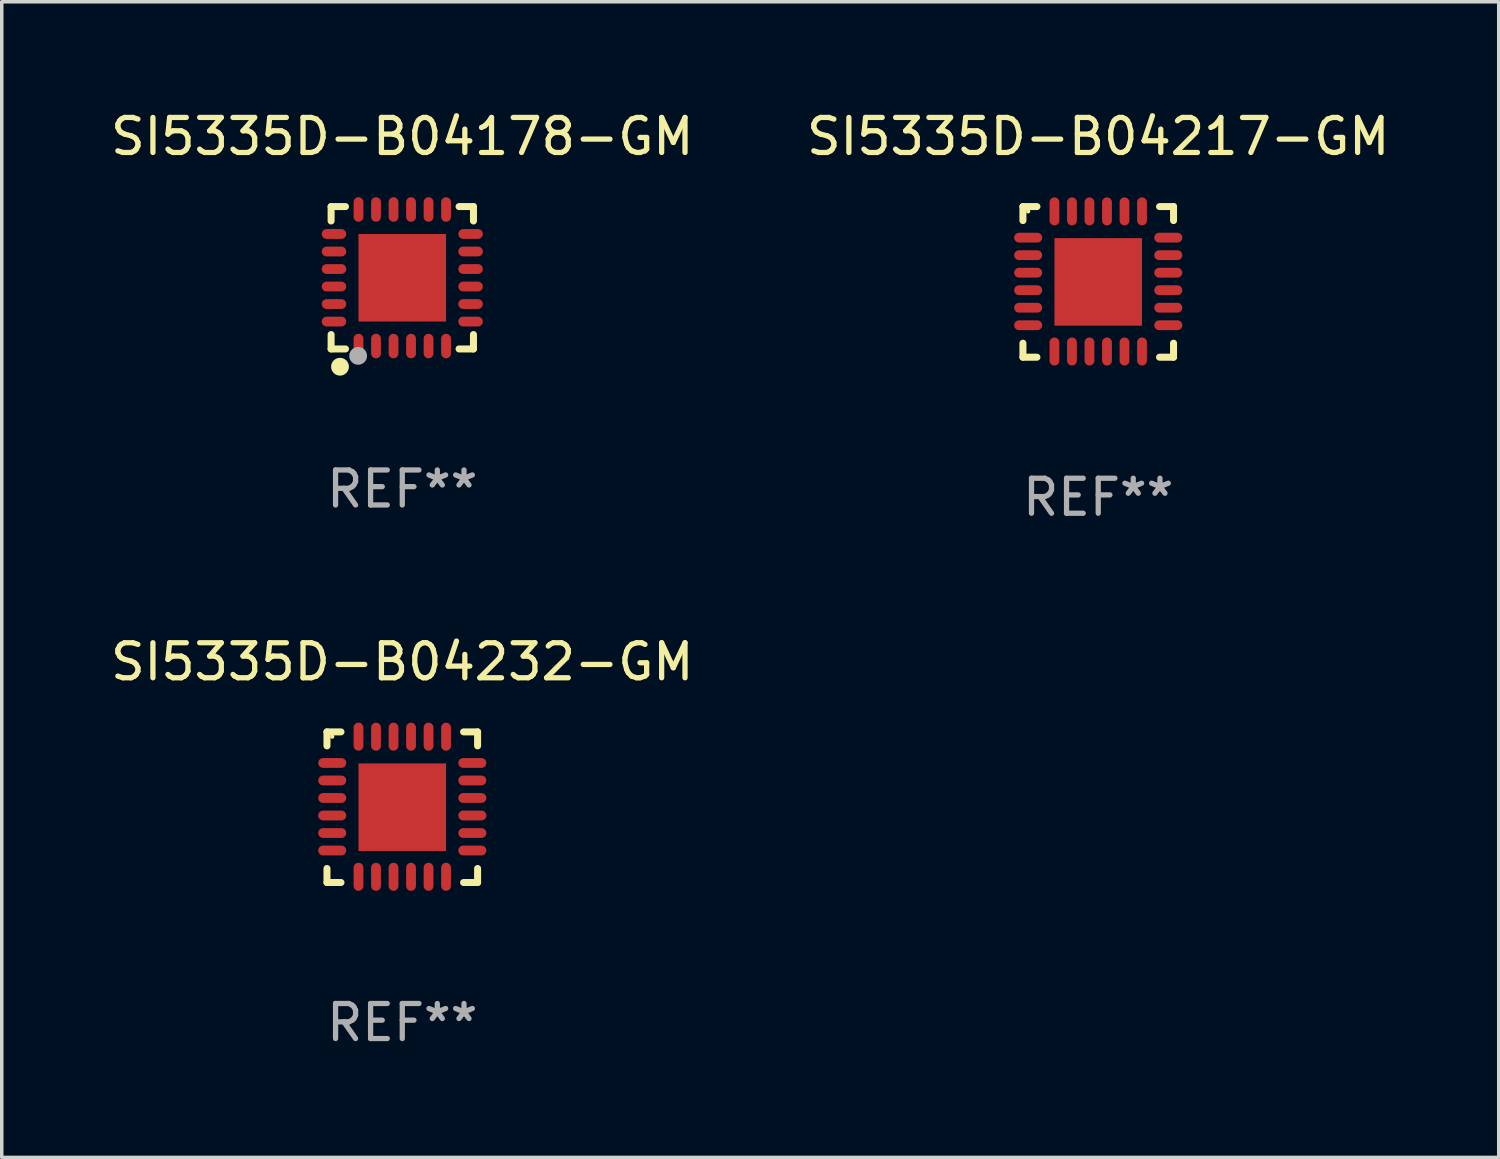
<source format=kicad_pcb>
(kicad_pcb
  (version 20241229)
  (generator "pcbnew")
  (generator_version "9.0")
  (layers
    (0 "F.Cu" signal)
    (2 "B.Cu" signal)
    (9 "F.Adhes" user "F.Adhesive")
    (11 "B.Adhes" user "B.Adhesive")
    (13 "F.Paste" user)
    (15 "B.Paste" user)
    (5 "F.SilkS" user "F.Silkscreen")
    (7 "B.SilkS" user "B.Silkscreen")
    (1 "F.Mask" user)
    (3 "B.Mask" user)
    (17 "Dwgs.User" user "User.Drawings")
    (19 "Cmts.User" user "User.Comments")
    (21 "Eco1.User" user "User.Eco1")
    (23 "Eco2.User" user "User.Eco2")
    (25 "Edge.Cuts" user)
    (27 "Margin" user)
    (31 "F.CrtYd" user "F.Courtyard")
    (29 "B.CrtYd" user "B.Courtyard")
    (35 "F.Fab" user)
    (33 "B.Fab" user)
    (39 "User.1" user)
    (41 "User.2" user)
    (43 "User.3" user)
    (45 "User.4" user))
  (footprint "SI5335D-B04217-GM"
    (layer "F.Cu")
    (at 28.304 4.998)
    (property "Reference" "SI5335D-B04217-GM" (at 0 -4.15 0) (layer "F.SilkS") (effects (font (size 1 1) (thickness 0.15))))
    (attr through_hole)
    (fp_line (start -2.15 -2.15) (end -1.75 -2.15) (stroke (width 0.2) (type solid)) (layer "F.SilkS"))
    (fp_line (start -2.15 -1.75) (end -2.15 -2.15) (stroke (width 0.2) (type solid)) (layer "F.SilkS"))
    (fp_line (start -2.15 2.15) (end -2.15 1.75) (stroke (width 0.2) (type solid)) (layer "F.SilkS"))
    (fp_line (start -1.75 2.15) (end -2.15 2.15) (stroke (width 0.2) (type solid)) (layer "F.SilkS"))
    (fp_line (start 1.75 -2.15) (end 2.15 -2.15) (stroke (width 0.2) (type solid)) (layer "F.SilkS"))
    (fp_line (start 1.75 2.15) (end 2.15 2.15) (stroke (width 0.2) (type solid)) (layer "F.SilkS"))
    (fp_line (start 2.15 -2.15) (end 2.15 -1.75) (stroke (width 0.2) (type solid)) (layer "F.SilkS"))
    (fp_line (start 2.15 2.15) (end 2.15 1.75) (stroke (width 0.2) (type solid)) (layer "F.SilkS"))
    (fp_circle (center -2 -2.013) (end -1.97 -2.013) (stroke (width 0.06) (type solid)) (fill no) (layer "F.SilkS"))
    (fp_text user "REF**" (at 0 6.15 0) (layer "F.Fab") (effects (font (size 1 1) (thickness 0.15))))
    (pad "1" smd oval (at -2 -1.263) (size 0.8 0.28) (layers "F.Cu" "F.Mask" "F.Paste"))
    (pad "2" smd oval (at -2 -0.763) (size 0.8 0.28) (layers "F.Cu" "F.Mask" "F.Paste"))
    (pad "3" smd oval (at -2 -0.263) (size 0.8 0.28) (layers "F.Cu" "F.Mask" "F.Paste"))
    (pad "4" smd oval (at -2 0.237) (size 0.8 0.28) (layers "F.Cu" "F.Mask" "F.Paste"))
    (pad "5" smd oval (at -2 0.737) (size 0.8 0.28) (layers "F.Cu" "F.Mask" "F.Paste"))
    (pad "6" smd oval (at -2 1.237) (size 0.8 0.28) (layers "F.Cu" "F.Mask" "F.Paste"))
    (pad "7" smd oval (at -1.25 1.987) (size 0.28 0.8) (layers "F.Cu" "F.Mask" "F.Paste"))
    (pad "8" smd oval (at -0.75 1.987) (size 0.28 0.8) (layers "F.Cu" "F.Mask" "F.Paste"))
    (pad "9" smd oval (at -0.25 1.987) (size 0.28 0.8) (layers "F.Cu" "F.Mask" "F.Paste"))
    (pad "10" smd oval (at 0.25 1.987) (size 0.28 0.8) (layers "F.Cu" "F.Mask" "F.Paste"))
    (pad "11" smd oval (at 0.75 1.987) (size 0.28 0.8) (layers "F.Cu" "F.Mask" "F.Paste"))
    (pad "12" smd oval (at 1.25 1.987) (size 0.28 0.8) (layers "F.Cu" "F.Mask" "F.Paste"))
    (pad "13" smd oval (at 2 1.237) (size 0.8 0.28) (layers "F.Cu" "F.Mask" "F.Paste"))
    (pad "14" smd oval (at 2 0.737) (size 0.8 0.28) (layers "F.Cu" "F.Mask" "F.Paste"))
    (pad "15" smd oval (at 2 0.237) (size 0.8 0.28) (layers "F.Cu" "F.Mask" "F.Paste"))
    (pad "16" smd oval (at 2 -0.263) (size 0.8 0.28) (layers "F.Cu" "F.Mask" "F.Paste"))
    (pad "17" smd oval (at 2 -0.763) (size 0.8 0.28) (layers "F.Cu" "F.Mask" "F.Paste"))
    (pad "18" smd oval (at 2 -1.263) (size 0.8 0.28) (layers "F.Cu" "F.Mask" "F.Paste"))
    (pad "19" smd oval (at 1.25 -2.013) (size 0.28 0.8) (layers "F.Cu" "F.Mask" "F.Paste"))
    (pad "20" smd oval (at 0.75 -2.013) (size 0.28 0.8) (layers "F.Cu" "F.Mask" "F.Paste"))
    (pad "21" smd oval (at 0.25 -2.013) (size 0.28 0.8) (layers "F.Cu" "F.Mask" "F.Paste"))
    (pad "22" smd oval (at -0.25 -2.013) (size 0.28 0.8) (layers "F.Cu" "F.Mask" "F.Paste"))
    (pad "23" smd oval (at -0.75 -2.013) (size 0.28 0.8) (layers "F.Cu" "F.Mask" "F.Paste"))
    (pad "24" smd oval (at -1.25 -2.013) (size 0.28 0.8) (layers "F.Cu" "F.Mask" "F.Paste"))
    (pad "25" smd rect (at -0.000102 -0.00014) (size 2.5 2.5) (layers "F.Cu" "F.Mask" "F.Paste")))
  (footprint "SI5335D-B04178-GM"
    (layer "F.Cu")
    (at 8.435 4.88)
    (property "Reference" "SI5335D-B04178-GM" (at 0 -4.032 0) (layer "F.SilkS") (effects (font (size 1 1) (thickness 0.15))))
    (attr through_hole)
    (fp_line (start -2.032 -2.032) (end -1.621 -2.032) (stroke (width 0.2) (type solid)) (layer "F.SilkS"))
    (fp_line (start -2.032 -1.621) (end -2.032 -2.032) (stroke (width 0.2) (type solid)) (layer "F.SilkS"))
    (fp_line (start -2.032 2.032) (end -2.032 1.621) (stroke (width 0.2) (type solid)) (layer "F.SilkS"))
    (fp_line (start -1.621 2.032) (end -2.032 2.032) (stroke (width 0.2) (type solid)) (layer "F.SilkS"))
    (fp_line (start 1.621 -2.032) (end 2.032 -2.032) (stroke (width 0.2) (type solid)) (layer "F.SilkS"))
    (fp_line (start 2.032 -2.032) (end 2.032 -1.621) (stroke (width 0.2) (type solid)) (layer "F.SilkS"))
    (fp_line (start 2.032 1.621) (end 2.032 2.032) (stroke (width 0.2) (type solid)) (layer "F.SilkS"))
    (fp_line (start 2.032 2.032) (end 1.621 2.032) (stroke (width 0.2) (type solid)) (layer "F.SilkS"))
    (fp_circle (center -2 2) (end -1.97 2) (stroke (width 0.06) (type solid)) (fill no) (layer "F.SilkS"))
    (fp_circle (center -1.778 2.54) (end -1.651 2.54) (stroke (width 0.254) (type solid)) (fill no) (layer "F.SilkS"))
    (fp_circle (center -1.26 2.23) (end -1.133 2.23) (stroke (width 0.254) (type solid)) (fill no) (layer "F.Fab"))
    (fp_text user "REF**" (at 0 6.032 0) (layer "F.Fab") (effects (font (size 1 1) (thickness 0.15))))
    (pad "1" smd oval (at -1.25 1.95 180) (size 0.28 0.7) (layers "F.Cu" "F.Mask" "F.Paste"))
    (pad "2" smd oval (at -0.75 1.95 180) (size 0.28 0.7) (layers "F.Cu" "F.Mask" "F.Paste"))
    (pad "3" smd oval (at -0.25 1.95 180) (size 0.28 0.7) (layers "F.Cu" "F.Mask" "F.Paste"))
    (pad "4" smd oval (at 0.25 1.95 180) (size 0.28 0.7) (layers "F.Cu" "F.Mask" "F.Paste"))
    (pad "5" smd oval (at 0.75 1.95 180) (size 0.28 0.7) (layers "F.Cu" "F.Mask" "F.Paste"))
    (pad "6" smd oval (at 1.25 1.95 180) (size 0.28 0.7) (layers "F.Cu" "F.Mask" "F.Paste"))
    (pad "7" smd oval (at 1.95 1.25 270) (size 0.28 0.7) (layers "F.Cu" "F.Mask" "F.Paste"))
    (pad "8" smd oval (at 1.95 0.75 270) (size 0.28 0.7) (layers "F.Cu" "F.Mask" "F.Paste"))
    (pad "9" smd oval (at 1.95 0.25 270) (size 0.28 0.7) (layers "F.Cu" "F.Mask" "F.Paste"))
    (pad "10" smd oval (at 1.95 -0.25 270) (size 0.28 0.7) (layers "F.Cu" "F.Mask" "F.Paste"))
    (pad "11" smd oval (at 1.95 -0.75 270) (size 0.28 0.7) (layers "F.Cu" "F.Mask" "F.Paste"))
    (pad "12" smd oval (at 1.95 -1.25 270) (size 0.28 0.7) (layers "F.Cu" "F.Mask" "F.Paste"))
    (pad "13" smd oval (at 1.25 -1.95) (size 0.28 0.7) (layers "F.Cu" "F.Mask" "F.Paste"))
    (pad "14" smd oval (at 0.75 -1.95) (size 0.28 0.7) (layers "F.Cu" "F.Mask" "F.Paste"))
    (pad "15" smd oval (at 0.25 -1.95) (size 0.28 0.7) (layers "F.Cu" "F.Mask" "F.Paste"))
    (pad "16" smd oval (at -0.25 -1.95) (size 0.28 0.7) (layers "F.Cu" "F.Mask" "F.Paste"))
    (pad "17" smd oval (at -0.75 -1.95) (size 0.28 0.7) (layers "F.Cu" "F.Mask" "F.Paste"))
    (pad "18" smd oval (at -1.25 -1.95) (size 0.28 0.7) (layers "F.Cu" "F.Mask" "F.Paste"))
    (pad "19" smd oval (at -1.95 -1.25 90) (size 0.28 0.7) (layers "F.Cu" "F.Mask" "F.Paste"))
    (pad "20" smd oval (at -1.95 -0.75 90) (size 0.28 0.7) (layers "F.Cu" "F.Mask" "F.Paste"))
    (pad "21" smd oval (at -1.95 -0.25 90) (size 0.28 0.7) (layers "F.Cu" "F.Mask" "F.Paste"))
    (pad "22" smd oval (at -1.95 0.25 90) (size 0.28 0.7) (layers "F.Cu" "F.Mask" "F.Paste"))
    (pad "23" smd oval (at -1.95 0.75 90) (size 0.28 0.7) (layers "F.Cu" "F.Mask" "F.Paste"))
    (pad "24" smd oval (at -1.95 1.25 90) (size 0.28 0.7) (layers "F.Cu" "F.Mask" "F.Paste"))
    (pad "25" smd rect (at -0.000178 0.000025 90) (size 2.5 2.5) (layers "F.Cu" "F.Mask" "F.Paste")))
  (footprint "SI5335D-B04232-GM"
    (layer "F.Cu")
    (at 8.435 19.995)
    (property "Reference" "SI5335D-B04232-GM" (at 0 -4.15 0) (layer "F.SilkS") (effects (font (size 1 1) (thickness 0.15))))
    (attr through_hole)
    (fp_line (start -2.15 -2.15) (end -1.75 -2.15) (stroke (width 0.2) (type solid)) (layer "F.SilkS"))
    (fp_line (start -2.15 -1.75) (end -2.15 -2.15) (stroke (width 0.2) (type solid)) (layer "F.SilkS"))
    (fp_line (start -2.15 2.15) (end -2.15 1.75) (stroke (width 0.2) (type solid)) (layer "F.SilkS"))
    (fp_line (start -1.75 2.15) (end -2.15 2.15) (stroke (width 0.2) (type solid)) (layer "F.SilkS"))
    (fp_line (start 1.75 -2.15) (end 2.15 -2.15) (stroke (width 0.2) (type solid)) (layer "F.SilkS"))
    (fp_line (start 1.75 2.15) (end 2.15 2.15) (stroke (width 0.2) (type solid)) (layer "F.SilkS"))
    (fp_line (start 2.15 -2.15) (end 2.15 -1.75) (stroke (width 0.2) (type solid)) (layer "F.SilkS"))
    (fp_line (start 2.15 2.15) (end 2.15 1.75) (stroke (width 0.2) (type solid)) (layer "F.SilkS"))
    (fp_circle (center -2 -2.013) (end -1.97 -2.013) (stroke (width 0.06) (type solid)) (fill no) (layer "F.SilkS"))
    (fp_text user "REF**" (at 0 6.15 0) (layer "F.Fab") (effects (font (size 1 1) (thickness 0.15))))
    (pad "1" smd oval (at -2 -1.263) (size 0.8 0.28) (layers "F.Cu" "F.Mask" "F.Paste"))
    (pad "2" smd oval (at -2 -0.763) (size 0.8 0.28) (layers "F.Cu" "F.Mask" "F.Paste"))
    (pad "3" smd oval (at -2 -0.263) (size 0.8 0.28) (layers "F.Cu" "F.Mask" "F.Paste"))
    (pad "4" smd oval (at -2 0.237) (size 0.8 0.28) (layers "F.Cu" "F.Mask" "F.Paste"))
    (pad "5" smd oval (at -2 0.737) (size 0.8 0.28) (layers "F.Cu" "F.Mask" "F.Paste"))
    (pad "6" smd oval (at -2 1.237) (size 0.8 0.28) (layers "F.Cu" "F.Mask" "F.Paste"))
    (pad "7" smd oval (at -1.25 1.987) (size 0.28 0.8) (layers "F.Cu" "F.Mask" "F.Paste"))
    (pad "8" smd oval (at -0.75 1.987) (size 0.28 0.8) (layers "F.Cu" "F.Mask" "F.Paste"))
    (pad "9" smd oval (at -0.25 1.987) (size 0.28 0.8) (layers "F.Cu" "F.Mask" "F.Paste"))
    (pad "10" smd oval (at 0.25 1.987) (size 0.28 0.8) (layers "F.Cu" "F.Mask" "F.Paste"))
    (pad "11" smd oval (at 0.75 1.987) (size 0.28 0.8) (layers "F.Cu" "F.Mask" "F.Paste"))
    (pad "12" smd oval (at 1.25 1.987) (size 0.28 0.8) (layers "F.Cu" "F.Mask" "F.Paste"))
    (pad "13" smd oval (at 2 1.237) (size 0.8 0.28) (layers "F.Cu" "F.Mask" "F.Paste"))
    (pad "14" smd oval (at 2 0.737) (size 0.8 0.28) (layers "F.Cu" "F.Mask" "F.Paste"))
    (pad "15" smd oval (at 2 0.237) (size 0.8 0.28) (layers "F.Cu" "F.Mask" "F.Paste"))
    (pad "16" smd oval (at 2 -0.263) (size 0.8 0.28) (layers "F.Cu" "F.Mask" "F.Paste"))
    (pad "17" smd oval (at 2 -0.763) (size 0.8 0.28) (layers "F.Cu" "F.Mask" "F.Paste"))
    (pad "18" smd oval (at 2 -1.263) (size 0.8 0.28) (layers "F.Cu" "F.Mask" "F.Paste"))
    (pad "19" smd oval (at 1.25 -2.013) (size 0.28 0.8) (layers "F.Cu" "F.Mask" "F.Paste"))
    (pad "20" smd oval (at 0.75 -2.013) (size 0.28 0.8) (layers "F.Cu" "F.Mask" "F.Paste"))
    (pad "21" smd oval (at 0.25 -2.013) (size 0.28 0.8) (layers "F.Cu" "F.Mask" "F.Paste"))
    (pad "22" smd oval (at -0.25 -2.013) (size 0.28 0.8) (layers "F.Cu" "F.Mask" "F.Paste"))
    (pad "23" smd oval (at -0.75 -2.013) (size 0.28 0.8) (layers "F.Cu" "F.Mask" "F.Paste"))
    (pad "24" smd oval (at -1.25 -2.013) (size 0.28 0.8) (layers "F.Cu" "F.Mask" "F.Paste"))
    (pad "25" smd rect (at -0.000102 -0.00014) (size 2.5 2.5) (layers "F.Cu" "F.Mask" "F.Paste")))
  (gr_rect
    (start -3 -3)
    (end 39.738 29.993)
    (stroke (width 0.1) (type default))
    (fill no)
    (layer "Edge.Cuts")))
</source>
